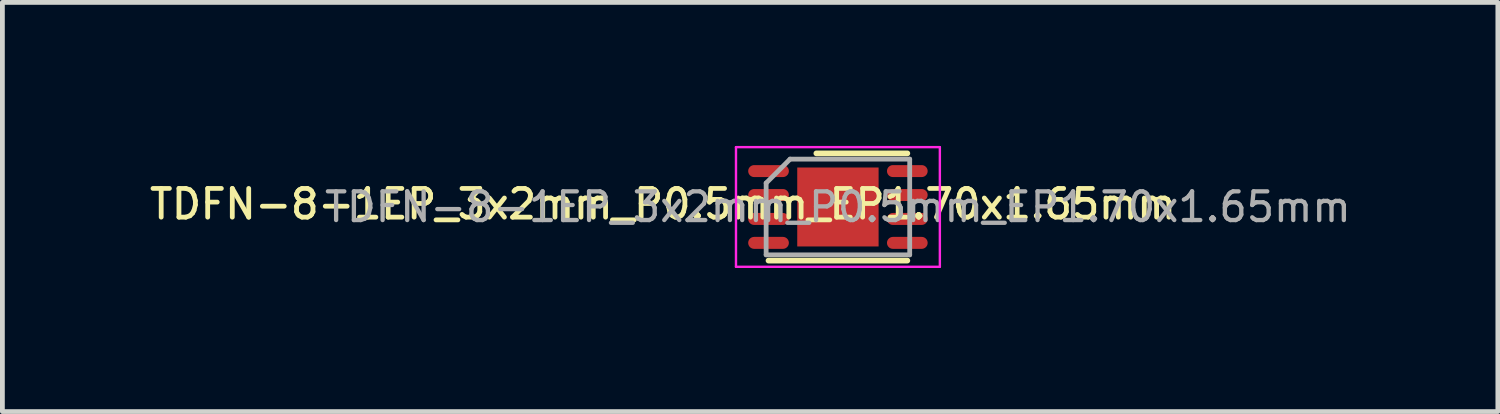
<source format=kicad_pcb>
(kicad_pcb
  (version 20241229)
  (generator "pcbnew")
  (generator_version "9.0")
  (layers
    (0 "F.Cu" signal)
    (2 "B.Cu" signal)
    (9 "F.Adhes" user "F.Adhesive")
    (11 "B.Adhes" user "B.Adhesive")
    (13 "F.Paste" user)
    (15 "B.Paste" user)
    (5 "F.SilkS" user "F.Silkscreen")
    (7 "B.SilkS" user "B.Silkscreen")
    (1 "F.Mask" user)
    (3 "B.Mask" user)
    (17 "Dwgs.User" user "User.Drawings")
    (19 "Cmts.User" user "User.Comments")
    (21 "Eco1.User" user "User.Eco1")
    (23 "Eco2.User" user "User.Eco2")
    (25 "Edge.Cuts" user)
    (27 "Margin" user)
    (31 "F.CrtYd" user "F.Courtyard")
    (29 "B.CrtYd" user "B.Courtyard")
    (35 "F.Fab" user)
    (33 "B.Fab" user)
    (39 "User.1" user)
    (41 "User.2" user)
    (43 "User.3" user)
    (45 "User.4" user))
  (footprint "TDFN-8-1EP_3x2mm_P0.5mm_EP1.70x1.65mm"
    (layer "F.Cu")
    (at 14.459 1.275)
    (property "Reference" "TDFN-8-1EP_3x2mm_P0.5mm_EP1.70x1.65mm" (at -3.655 -0.06 180) (layer "F.SilkS") (effects (font (size 0.6 0.6) (thickness 0.1))))
    (attr smd board_only)
    (fp_line (start -1.45 1.12) (end 1.45 1.12) (stroke (width 0.12) (type solid)) (layer "F.SilkS"))
    (fp_line (start -0.45 -1.12) (end 1.45 -1.12) (stroke (width 0.12) (type solid)) (layer "F.SilkS"))
    (fp_line (start -2.13 -1.25) (end -2.13 1.25) (stroke (width 0.05) (type solid)) (layer "F.CrtYd"))
    (fp_line (start -2.13 1.25) (end 2.13 1.25) (stroke (width 0.05) (type solid)) (layer "F.CrtYd"))
    (fp_line (start 2.13 -1.25) (end -2.13 -1.25) (stroke (width 0.05) (type solid)) (layer "F.CrtYd"))
    (fp_line (start 2.13 1.25) (end 2.13 -1.25) (stroke (width 0.05) (type solid)) (layer "F.CrtYd"))
    (fp_line (start -1.5 -0.5) (end -1.5 1) (stroke (width 0.1) (type solid)) (layer "F.Fab"))
    (fp_line (start -1.5 1) (end 1.5 1) (stroke (width 0.1) (type solid)) (layer "F.Fab"))
    (fp_line (start -1 -1) (end -1.5 -0.5) (stroke (width 0.1) (type solid)) (layer "F.Fab"))
    (fp_line (start 1.5 -1) (end -1 -1) (stroke (width 0.1) (type solid)) (layer "F.Fab"))
    (fp_line (start 1.5 1) (end 1.5 -1) (stroke (width 0.1) (type solid)) (layer "F.Fab"))
    (fp_text user "${REFERENCE}" (at 0 0 0) (layer "F.Fab") (effects (font (size 0.6 0.6) (thickness 0.09))))
    (pad "" smd rect (at 0 -0.5) (size 0.7 0.65) (layers "F.Paste"))
    (pad "" smd rect (at 0 0) (size 1.8 0.7) (layers "F.Paste"))
    (pad "" smd rect (at 0 0.5) (size 0.7 0.65) (layers "F.Paste"))
    (pad "1" smd oval (at -1.45 -0.75) (size 0.85 0.25) (layers "F.Cu" "F.Mask" "F.Paste"))
    (pad "2" smd oval (at -1.45 -0.25) (size 0.85 0.25) (layers "F.Cu" "F.Mask" "F.Paste"))
    (pad "3" smd oval (at -1.45 0.25) (size 0.85 0.25) (layers "F.Cu" "F.Mask" "F.Paste"))
    (pad "4" smd oval (at -1.45 0.75) (size 0.85 0.25) (layers "F.Cu" "F.Mask" "F.Paste"))
    (pad "5" smd oval (at 1.45 0.75) (size 0.85 0.25) (layers "F.Cu" "F.Mask" "F.Paste"))
    (pad "6" smd oval (at 1.45 0.25) (size 0.85 0.25) (layers "F.Cu" "F.Mask" "F.Paste"))
    (pad "7" smd oval (at 1.45 -0.25) (size 0.85 0.25) (layers "F.Cu" "F.Mask" "F.Paste"))
    (pad "8" smd oval (at 1.45 -0.75) (size 0.85 0.25) (layers "F.Cu" "F.Mask" "F.Paste"))
    (pad "9" smd rect (at 0 0) (size 1.7 1.65) (layers "F.Cu" "F.Mask")))
  (gr_rect
    (start -3 -3)
    (end 28.249 5.55)
    (stroke (width 0.1) (type default))
    (fill no)
    (layer "Edge.Cuts")))
</source>
